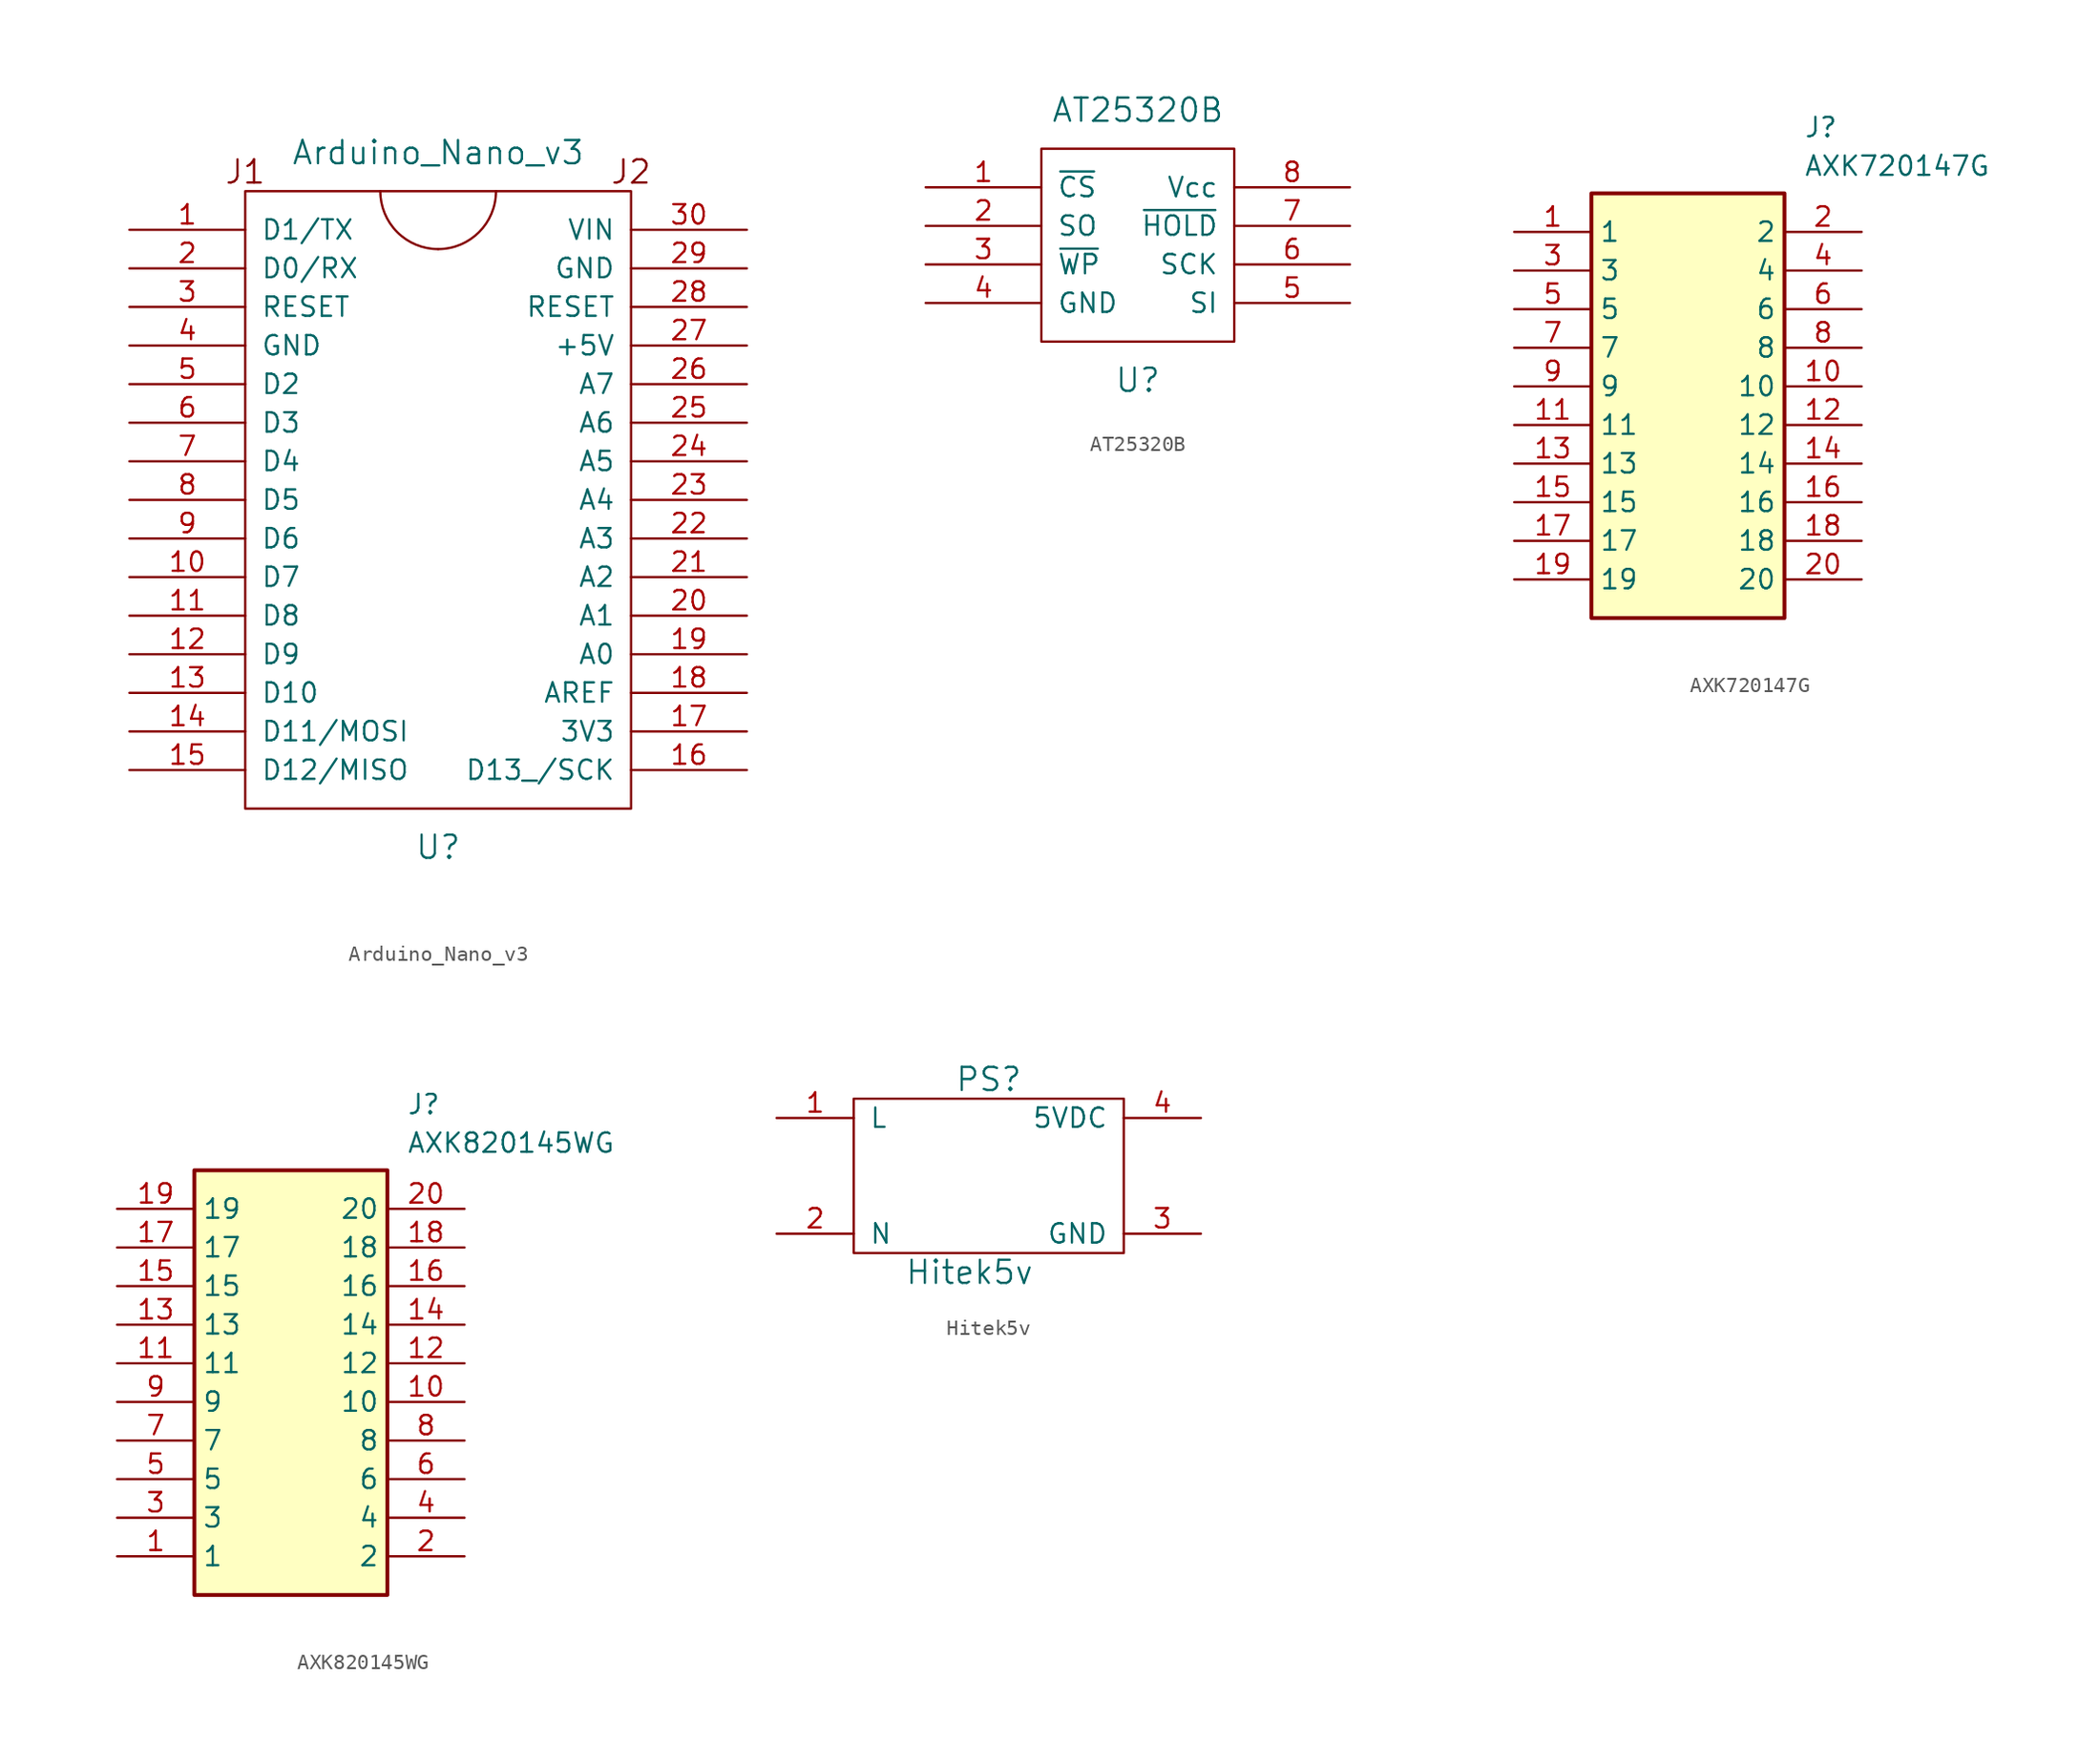
<source format=kicad_sym>
(kicad_symbol_lib
  (version 20220914)
  (generator kicad_symbol_editor)
  (symbol "Arduino_Nano_v3"
    (pin_names
      (offset 1.016))
    (property "Reference" "U"
      (at 0 -43.18 0)
      (effects (font (size 1.524 1.524))))
    (property "Value" "Arduino_Nano_v3"
      (at 0 2.54 0)
      (effects (font (size 1.524 1.524))))
    (property "Footprint" ""
      (at 0 0 0)
      (effects (font (size 1.524 1.524))))
    (property "Datasheet" ""
      (at 0 0 0)
      (effects (font (size 1.524 1.524))))
    (symbol "Arduino_Nano_v3_0_0"
      (text "J1" (at -12.7 1.27 0) (effects (font (size 1.524 1.524))))
      (text "J2" (at 12.7 1.27 0) (effects (font (size 1.524 1.524)))))
    (symbol "Arduino_Nano_v3_0_1"
      (rectangle (start -12.7 -40.64) (end 12.7 0) (stroke (width 0) (type default)) (fill (type none)))
      (arc (start -3.81 0) (mid -2.6941 -2.6941) (end 0 -3.81) (stroke (width 0) (type default)) (fill (type none)))
      (arc (start 0 -3.81) (mid 2.6941 -2.6941) (end 3.81 0) (stroke (width 0) (type default)) (fill (type none))))
    (symbol "Arduino_Nano_v3_1_1"
      (pin input line (at -20.32 -2.54 0) (length 7.62) (name "D1/TX" (effects (font (size 1.27 1.27)))) (number "1" (effects (font (size 1.27 1.27)))))
      (pin input line (at -20.32 -25.4 0) (length 7.62) (name "D7" (effects (font (size 1.27 1.27)))) (number "10" (effects (font (size 1.27 1.27)))))
      (pin input line (at -20.32 -27.94 0) (length 7.62) (name "D8" (effects (font (size 1.27 1.27)))) (number "11" (effects (font (size 1.27 1.27)))))
      (pin input line (at -20.32 -30.48 0) (length 7.62) (name "D9" (effects (font (size 1.27 1.27)))) (number "12" (effects (font (size 1.27 1.27)))))
      (pin input line (at -20.32 -33.02 0) (length 7.62) (name "D10" (effects (font (size 1.27 1.27)))) (number "13" (effects (font (size 1.27 1.27)))))
      (pin input line (at -20.32 -35.56 0) (length 7.62) (name "D11/MOSI" (effects (font (size 1.27 1.27)))) (number "14" (effects (font (size 1.27 1.27)))))
      (pin input line (at -20.32 -38.1 0) (length 7.62) (name "D12/MISO" (effects (font (size 1.27 1.27)))) (number "15" (effects (font (size 1.27 1.27)))))
      (pin input line (at 20.32 -38.1 180) (length 7.62) (name "D13_/SCK" (effects (font (size 1.27 1.27)))) (number "16" (effects (font (size 1.27 1.27)))))
      (pin input line (at 20.32 -35.56 180) (length 7.62) (name "3V3" (effects (font (size 1.27 1.27)))) (number "17" (effects (font (size 1.27 1.27)))))
      (pin input line (at 20.32 -33.02 180) (length 7.62) (name "AREF" (effects (font (size 1.27 1.27)))) (number "18" (effects (font (size 1.27 1.27)))))
      (pin input line (at 20.32 -30.48 180) (length 7.62) (name "A0" (effects (font (size 1.27 1.27)))) (number "19" (effects (font (size 1.27 1.27)))))
      (pin input line (at -20.32 -5.08 0) (length 7.62) (name "D0/RX" (effects (font (size 1.27 1.27)))) (number "2" (effects (font (size 1.27 1.27)))))
      (pin input line (at 20.32 -27.94 180) (length 7.62) (name "A1" (effects (font (size 1.27 1.27)))) (number "20" (effects (font (size 1.27 1.27)))))
      (pin input line (at 20.32 -25.4 180) (length 7.62) (name "A2" (effects (font (size 1.27 1.27)))) (number "21" (effects (font (size 1.27 1.27)))))
      (pin input line (at 20.32 -22.86 180) (length 7.62) (name "A3" (effects (font (size 1.27 1.27)))) (number "22" (effects (font (size 1.27 1.27)))))
      (pin input line (at 20.32 -20.32 180) (length 7.62) (name "A4" (effects (font (size 1.27 1.27)))) (number "23" (effects (font (size 1.27 1.27)))))
      (pin input line (at 20.32 -17.78 180) (length 7.62) (name "A5" (effects (font (size 1.27 1.27)))) (number "24" (effects (font (size 1.27 1.27)))))
      (pin input line (at 20.32 -15.24 180) (length 7.62) (name "A6" (effects (font (size 1.27 1.27)))) (number "25" (effects (font (size 1.27 1.27)))))
      (pin input line (at 20.32 -12.7 180) (length 7.62) (name "A7" (effects (font (size 1.27 1.27)))) (number "26" (effects (font (size 1.27 1.27)))))
      (pin input line (at 20.32 -10.16 180) (length 7.62) (name "+5V" (effects (font (size 1.27 1.27)))) (number "27" (effects (font (size 1.27 1.27)))))
      (pin input line (at 20.32 -7.62 180) (length 7.62) (name "RESET" (effects (font (size 1.27 1.27)))) (number "28" (effects (font (size 1.27 1.27)))))
      (pin input line (at 20.32 -5.08 180) (length 7.62) (name "GND" (effects (font (size 1.27 1.27)))) (number "29" (effects (font (size 1.27 1.27)))))
      (pin input line (at -20.32 -7.62 0) (length 7.62) (name "RESET" (effects (font (size 1.27 1.27)))) (number "3" (effects (font (size 1.27 1.27)))))
      (pin input line (at 20.32 -2.54 180) (length 7.62) (name "VIN" (effects (font (size 1.27 1.27)))) (number "30" (effects (font (size 1.27 1.27)))))
      (pin input line (at -20.32 -10.16 0) (length 7.62) (name "GND" (effects (font (size 1.27 1.27)))) (number "4" (effects (font (size 1.27 1.27)))))
      (pin input line (at -20.32 -12.7 0) (length 7.62) (name "D2" (effects (font (size 1.27 1.27)))) (number "5" (effects (font (size 1.27 1.27)))))
      (pin input line (at -20.32 -15.24 0) (length 7.62) (name "D3" (effects (font (size 1.27 1.27)))) (number "6" (effects (font (size 1.27 1.27)))))
      (pin input line (at -20.32 -17.78 0) (length 7.62) (name "D4" (effects (font (size 1.27 1.27)))) (number "7" (effects (font (size 1.27 1.27)))))
      (pin input line (at -20.32 -20.32 0) (length 7.62) (name "D5" (effects (font (size 1.27 1.27)))) (number "8" (effects (font (size 1.27 1.27)))))
      (pin input line (at -20.32 -22.86 0) (length 7.62) (name "D6" (effects (font (size 1.27 1.27)))) (number "9" (effects (font (size 1.27 1.27)))))))
  (symbol "AT25320B"
    (pin_names
      (offset 1.016))
    (property "Reference" "U"
      (at 0 -8.89 0)
      (effects (font (size 1.524 1.524))))
    (property "Value" "AT25320B"
      (at 0 8.89 0)
      (effects (font (size 1.524 1.524))))
    (property "Footprint" ""
      (at 0 -5.08 0)
      (effects (font (size 1.524 1.524))))
    (property "Datasheet" ""
      (at 0 -5.08 0)
      (effects (font (size 1.524 1.524))))
    (symbol "AT25320B_0_1"
      (rectangle (start -6.35 -6.35) (end 6.35 6.35) (stroke (width 0) (type default)) (fill (type none))))
    (symbol "AT25320B_1_1"
      (pin input line (at -13.97 3.81 0) (length 7.62) (name "~{CS}" (effects (font (size 1.27 1.27)))) (number "1" (effects (font (size 1.27 1.27)))))
      (pin input line (at -13.97 1.27 0) (length 7.62) (name "SO" (effects (font (size 1.27 1.27)))) (number "2" (effects (font (size 1.27 1.27)))))
      (pin input line (at -13.97 -1.27 0) (length 7.62) (name "~{WP}" (effects (font (size 1.27 1.27)))) (number "3" (effects (font (size 1.27 1.27)))))
      (pin input line (at -13.97 -3.81 0) (length 7.62) (name "GND" (effects (font (size 1.27 1.27)))) (number "4" (effects (font (size 1.27 1.27)))))
      (pin input line (at 13.97 -3.81 180) (length 7.62) (name "SI" (effects (font (size 1.27 1.27)))) (number "5" (effects (font (size 1.27 1.27)))))
      (pin input line (at 13.97 -1.27 180) (length 7.62) (name "SCK" (effects (font (size 1.27 1.27)))) (number "6" (effects (font (size 1.27 1.27)))))
      (pin input line (at 13.97 1.27 180) (length 7.62) (name "~{HOLD}" (effects (font (size 1.27 1.27)))) (number "7" (effects (font (size 1.27 1.27)))))
      (pin input line (at 13.97 3.81 180) (length 7.62) (name "Vcc" (effects (font (size 1.27 1.27)))) (number "8" (effects (font (size 1.27 1.27)))))))
  (symbol "AXK720147G"
    (property "Reference" "J"
      (at 19.05 7.62 0)
      (effects (font (size 1.27 1.27)) (justify left top)))
    (property "Value" "AXK720147G"
      (at 19.05 5.08 0)
      (effects (font (size 1.27 1.27)) (justify left top)))
    (symbol "AXK720147G_1_1"
      (rectangle (start 5.08 2.54) (end 17.78 -25.4) (stroke (width 0.254) (type default)) (fill (type background)))
      (pin passive line (at 0 0 0) (length 5.08) (name "1" (effects (font (size 1.27 1.27)))) (number "1" (effects (font (size 1.27 1.27)))))
      (pin passive line (at 22.86 -10.16 180) (length 5.08) (name "10" (effects (font (size 1.27 1.27)))) (number "10" (effects (font (size 1.27 1.27)))))
      (pin passive line (at 0 -12.7 0) (length 5.08) (name "11" (effects (font (size 1.27 1.27)))) (number "11" (effects (font (size 1.27 1.27)))))
      (pin passive line (at 22.86 -12.7 180) (length 5.08) (name "12" (effects (font (size 1.27 1.27)))) (number "12" (effects (font (size 1.27 1.27)))))
      (pin passive line (at 0 -15.24 0) (length 5.08) (name "13" (effects (font (size 1.27 1.27)))) (number "13" (effects (font (size 1.27 1.27)))))
      (pin passive line (at 22.86 -15.24 180) (length 5.08) (name "14" (effects (font (size 1.27 1.27)))) (number "14" (effects (font (size 1.27 1.27)))))
      (pin passive line (at 0 -17.78 0) (length 5.08) (name "15" (effects (font (size 1.27 1.27)))) (number "15" (effects (font (size 1.27 1.27)))))
      (pin passive line (at 22.86 -17.78 180) (length 5.08) (name "16" (effects (font (size 1.27 1.27)))) (number "16" (effects (font (size 1.27 1.27)))))
      (pin passive line (at 0 -20.32 0) (length 5.08) (name "17" (effects (font (size 1.27 1.27)))) (number "17" (effects (font (size 1.27 1.27)))))
      (pin passive line (at 22.86 -20.32 180) (length 5.08) (name "18" (effects (font (size 1.27 1.27)))) (number "18" (effects (font (size 1.27 1.27)))))
      (pin passive line (at 0 -22.86 0) (length 5.08) (name "19" (effects (font (size 1.27 1.27)))) (number "19" (effects (font (size 1.27 1.27)))))
      (pin passive line (at 22.86 0 180) (length 5.08) (name "2" (effects (font (size 1.27 1.27)))) (number "2" (effects (font (size 1.27 1.27)))))
      (pin passive line (at 22.86 -22.86 180) (length 5.08) (name "20" (effects (font (size 1.27 1.27)))) (number "20" (effects (font (size 1.27 1.27)))))
      (pin passive line (at 0 -2.54 0) (length 5.08) (name "3" (effects (font (size 1.27 1.27)))) (number "3" (effects (font (size 1.27 1.27)))))
      (pin passive line (at 22.86 -2.54 180) (length 5.08) (name "4" (effects (font (size 1.27 1.27)))) (number "4" (effects (font (size 1.27 1.27)))))
      (pin passive line (at 0 -5.08 0) (length 5.08) (name "5" (effects (font (size 1.27 1.27)))) (number "5" (effects (font (size 1.27 1.27)))))
      (pin passive line (at 22.86 -5.08 180) (length 5.08) (name "6" (effects (font (size 1.27 1.27)))) (number "6" (effects (font (size 1.27 1.27)))))
      (pin passive line (at 0 -7.62 0) (length 5.08) (name "7" (effects (font (size 1.27 1.27)))) (number "7" (effects (font (size 1.27 1.27)))))
      (pin passive line (at 22.86 -7.62 180) (length 5.08) (name "8" (effects (font (size 1.27 1.27)))) (number "8" (effects (font (size 1.27 1.27)))))
      (pin passive line (at 0 -10.16 0) (length 5.08) (name "9" (effects (font (size 1.27 1.27)))) (number "9" (effects (font (size 1.27 1.27)))))))
  (symbol "AXK820145WG"
    (property "Reference" "J"
      (at 19.05 7.62 0)
      (effects (font (size 1.27 1.27)) (justify left top)))
    (property "Value" "AXK820145WG"
      (at 19.05 5.08 0)
      (effects (font (size 1.27 1.27)) (justify left top)))
    (symbol "AXK820145WG_1_1"
      (rectangle (start 5.08 2.54) (end 17.78 -25.4) (stroke (width 0.254) (type default)) (fill (type background)))
      (pin passive line (at 0 -22.86 0) (length 5.08) (name "1" (effects (font (size 1.27 1.27)))) (number "1" (effects (font (size 1.27 1.27)))))
      (pin passive line (at 22.86 -12.7 180) (length 5.08) (name "10" (effects (font (size 1.27 1.27)))) (number "10" (effects (font (size 1.27 1.27)))))
      (pin passive line (at 0 -10.16 0) (length 5.08) (name "11" (effects (font (size 1.27 1.27)))) (number "11" (effects (font (size 1.27 1.27)))))
      (pin passive line (at 22.86 -10.16 180) (length 5.08) (name "12" (effects (font (size 1.27 1.27)))) (number "12" (effects (font (size 1.27 1.27)))))
      (pin passive line (at 0 -7.62 0) (length 5.08) (name "13" (effects (font (size 1.27 1.27)))) (number "13" (effects (font (size 1.27 1.27)))))
      (pin passive line (at 22.86 -7.62 180) (length 5.08) (name "14" (effects (font (size 1.27 1.27)))) (number "14" (effects (font (size 1.27 1.27)))))
      (pin passive line (at 0 -5.08 0) (length 5.08) (name "15" (effects (font (size 1.27 1.27)))) (number "15" (effects (font (size 1.27 1.27)))))
      (pin passive line (at 22.86 -5.08 180) (length 5.08) (name "16" (effects (font (size 1.27 1.27)))) (number "16" (effects (font (size 1.27 1.27)))))
      (pin passive line (at 0 -2.54 0) (length 5.08) (name "17" (effects (font (size 1.27 1.27)))) (number "17" (effects (font (size 1.27 1.27)))))
      (pin passive line (at 22.86 -2.54 180) (length 5.08) (name "18" (effects (font (size 1.27 1.27)))) (number "18" (effects (font (size 1.27 1.27)))))
      (pin passive line (at 0 0 0) (length 5.08) (name "19" (effects (font (size 1.27 1.27)))) (number "19" (effects (font (size 1.27 1.27)))))
      (pin passive line (at 22.86 -22.86 180) (length 5.08) (name "2" (effects (font (size 1.27 1.27)))) (number "2" (effects (font (size 1.27 1.27)))))
      (pin passive line (at 22.86 0 180) (length 5.08) (name "20" (effects (font (size 1.27 1.27)))) (number "20" (effects (font (size 1.27 1.27)))))
      (pin passive line (at 0 -20.32 0) (length 5.08) (name "3" (effects (font (size 1.27 1.27)))) (number "3" (effects (font (size 1.27 1.27)))))
      (pin passive line (at 22.86 -20.32 180) (length 5.08) (name "4" (effects (font (size 1.27 1.27)))) (number "4" (effects (font (size 1.27 1.27)))))
      (pin passive line (at 0 -17.78 0) (length 5.08) (name "5" (effects (font (size 1.27 1.27)))) (number "5" (effects (font (size 1.27 1.27)))))
      (pin passive line (at 22.86 -17.78 180) (length 5.08) (name "6" (effects (font (size 1.27 1.27)))) (number "6" (effects (font (size 1.27 1.27)))))
      (pin passive line (at 0 -15.24 0) (length 5.08) (name "7" (effects (font (size 1.27 1.27)))) (number "7" (effects (font (size 1.27 1.27)))))
      (pin passive line (at 22.86 -15.24 180) (length 5.08) (name "8" (effects (font (size 1.27 1.27)))) (number "8" (effects (font (size 1.27 1.27)))))
      (pin passive line (at 0 -12.7 0) (length 5.08) (name "9" (effects (font (size 1.27 1.27)))) (number "9" (effects (font (size 1.27 1.27)))))))
  (symbol "Hitek5v"
    (pin_names
      (offset 1.016))
    (property "Reference" "PS"
      (at 1.27 6.35 0)
      (effects (font (size 1.524 1.524))))
    (property "Value" "Hitek5v"
      (at 0 -6.35 0)
      (effects (font (size 1.524 1.524))))
    (symbol "Hitek5v_0_1"
      (rectangle (start -7.62 5.08) (end 10.16 -5.08) (stroke (width 0) (type default)) (fill (type none))))
    (symbol "Hitek5v_1_1"
      (pin input line (at -12.7 3.81 0) (length 5.08) (name "L" (effects (font (size 1.27 1.27)))) (number "1" (effects (font (size 1.27 1.27)))))
      (pin input line (at -12.7 -3.81 0) (length 5.08) (name "N" (effects (font (size 1.27 1.27)))) (number "2" (effects (font (size 1.27 1.27)))))
      (pin power_out line (at 15.24 -3.81 180) (length 5.08) (name "GND" (effects (font (size 1.27 1.27)))) (number "3" (effects (font (size 1.27 1.27)))))
      (pin power_out line (at 15.24 3.81 180) (length 5.08) (name "5VDC" (effects (font (size 1.27 1.27)))) (number "4" (effects (font (size 1.27 1.27))))))))
</source>
